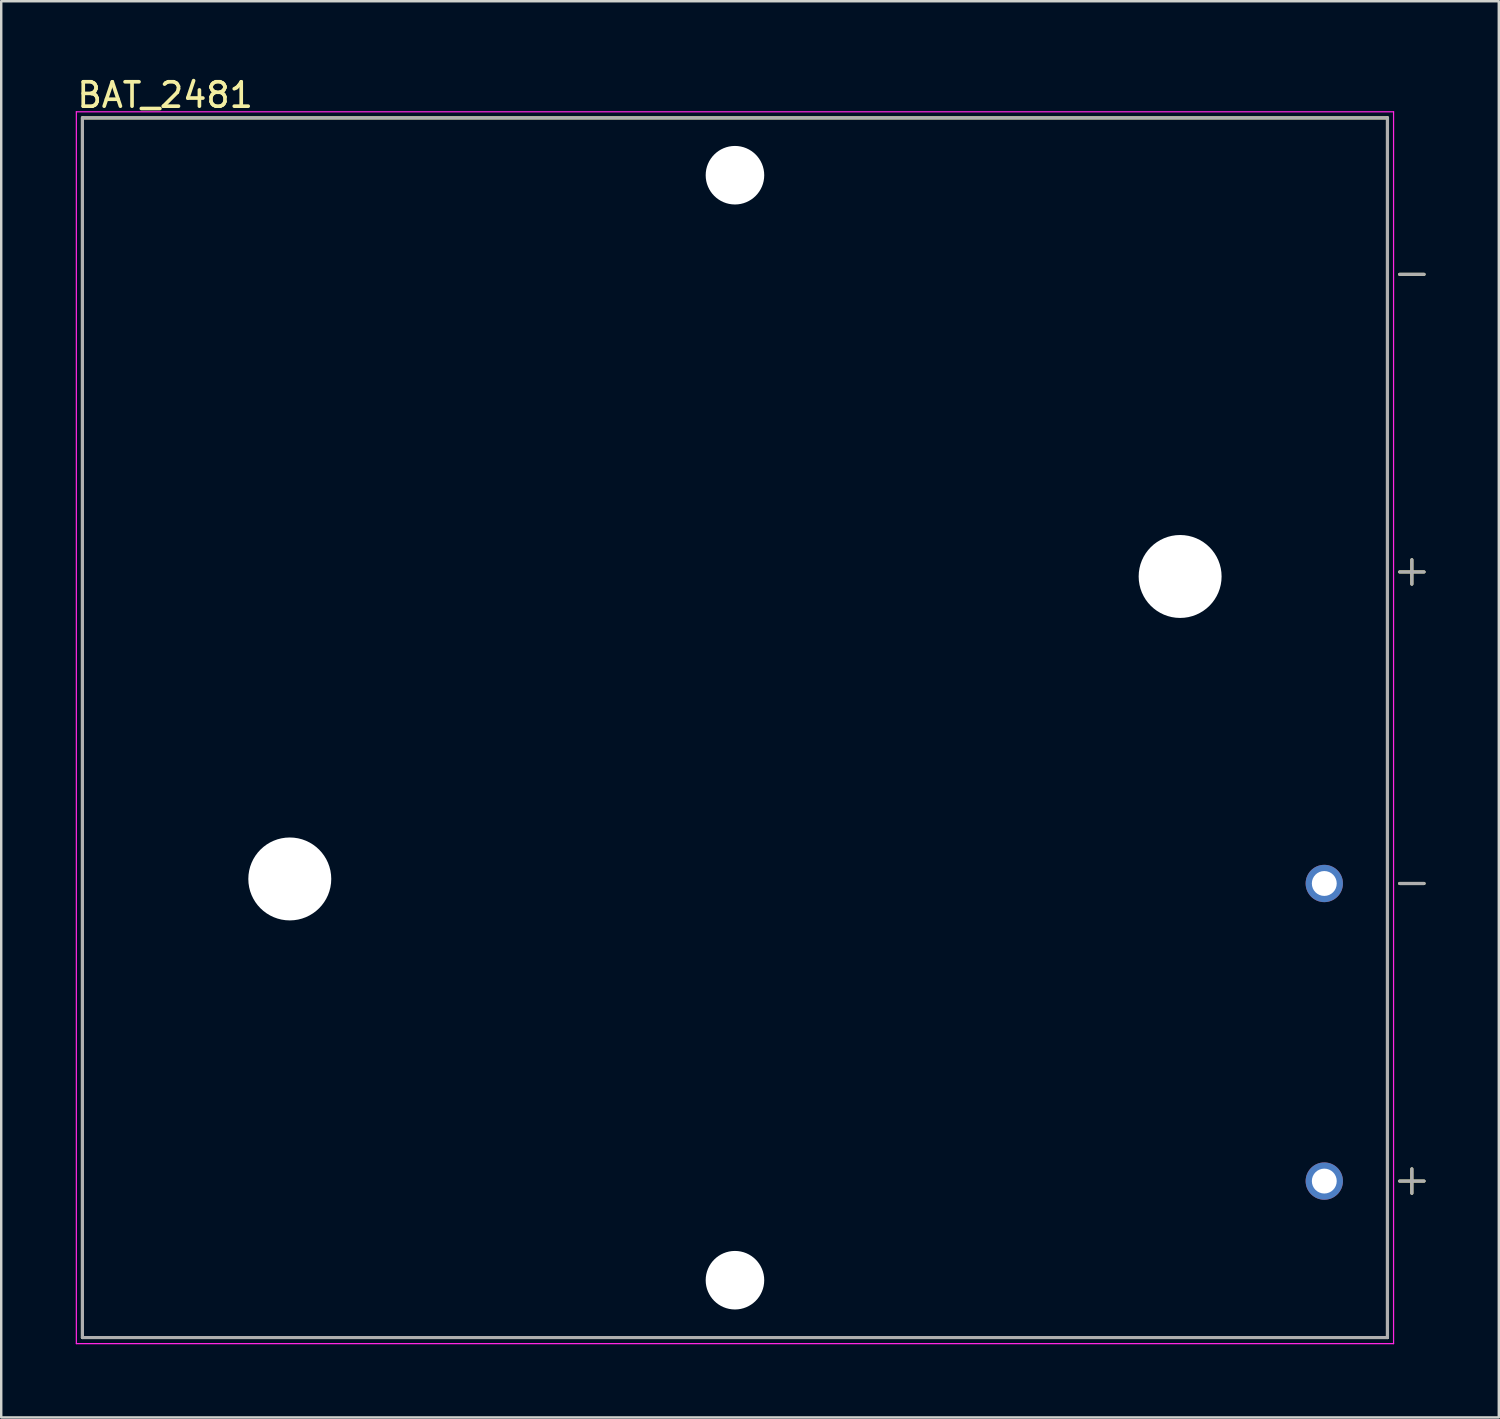
<source format=kicad_pcb>
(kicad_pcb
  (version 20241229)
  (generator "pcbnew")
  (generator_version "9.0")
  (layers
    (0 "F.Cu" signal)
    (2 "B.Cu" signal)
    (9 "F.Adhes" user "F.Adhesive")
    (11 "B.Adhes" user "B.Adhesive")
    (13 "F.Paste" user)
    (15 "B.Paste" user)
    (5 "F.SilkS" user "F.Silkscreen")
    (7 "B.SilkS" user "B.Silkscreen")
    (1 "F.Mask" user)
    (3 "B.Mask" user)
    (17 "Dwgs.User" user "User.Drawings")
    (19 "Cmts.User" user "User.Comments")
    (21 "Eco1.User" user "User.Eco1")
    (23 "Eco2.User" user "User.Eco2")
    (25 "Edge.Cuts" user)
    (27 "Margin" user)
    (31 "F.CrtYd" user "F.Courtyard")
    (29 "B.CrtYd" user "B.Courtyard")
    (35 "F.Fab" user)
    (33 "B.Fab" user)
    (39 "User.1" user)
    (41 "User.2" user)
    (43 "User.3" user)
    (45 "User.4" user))
  (footprint "BAT_2481"
    (layer "F.Cu")
    (at 27.08 26.783)
    (property "Reference" "BAT_2481" (at -23.36 -25.935 0) (layer "F.SilkS") (effects (font (size 1 1) (thickness 0.15))))
    (attr through_hole)
    (fp_line (start -26.75 -25) (end 26.75 -25) (stroke (width 0.127) (type solid)) (layer "F.SilkS"))
    (fp_line (start -26.75 25) (end -26.75 -25) (stroke (width 0.127) (type solid)) (layer "F.SilkS"))
    (fp_line (start 26.75 -25) (end 26.75 25) (stroke (width 0.127) (type solid)) (layer "F.SilkS"))
    (fp_line (start 26.75 25) (end -26.75 25) (stroke (width 0.127) (type solid)) (layer "F.SilkS"))
    (fp_line (start 27.25 -18.586) (end 28.25 -18.586) (stroke (width 0.127) (type solid)) (layer "F.SilkS"))
    (fp_line (start 27.25 -6.386) (end 28.25 -6.386) (stroke (width 0.127) (type solid)) (layer "F.SilkS"))
    (fp_line (start 27.25 6.386) (end 28.25 6.386) (stroke (width 0.127) (type solid)) (layer "F.SilkS"))
    (fp_line (start 27.25 18.586) (end 28.25 18.586) (stroke (width 0.127) (type solid)) (layer "F.SilkS"))
    (fp_line (start 27.75 -5.886) (end 27.75 -6.886) (stroke (width 0.127) (type solid)) (layer "F.SilkS"))
    (fp_line (start 27.75 18.086) (end 27.75 19.086) (stroke (width 0.127) (type solid)) (layer "F.SilkS"))
    (fp_line (start -27 -25.25) (end 27 -25.25) (stroke (width 0.05) (type solid)) (layer "F.CrtYd"))
    (fp_line (start -27 25.25) (end -27 -25.25) (stroke (width 0.05) (type solid)) (layer "F.CrtYd"))
    (fp_line (start 27 -25.25) (end 27 25.25) (stroke (width 0.05) (type solid)) (layer "F.CrtYd"))
    (fp_line (start 27 25.25) (end -27 25.25) (stroke (width 0.05) (type solid)) (layer "F.CrtYd"))
    (fp_line (start -26.75 -25) (end 26.75 -25) (stroke (width 0.127) (type solid)) (layer "F.Fab"))
    (fp_line (start -26.75 25) (end -26.75 -25) (stroke (width 0.127) (type solid)) (layer "F.Fab"))
    (fp_line (start 26.75 -25) (end 26.75 25) (stroke (width 0.127) (type solid)) (layer "F.Fab"))
    (fp_line (start 26.75 25) (end -26.75 25) (stroke (width 0.127) (type solid)) (layer "F.Fab"))
    (fp_line (start 27.25 -18.586) (end 28.25 -18.586) (stroke (width 0.127) (type solid)) (layer "F.Fab"))
    (fp_line (start 27.25 -6.386) (end 28.25 -6.386) (stroke (width 0.127) (type solid)) (layer "F.Fab"))
    (fp_line (start 27.25 6.386) (end 28.25 6.386) (stroke (width 0.127) (type solid)) (layer "F.Fab"))
    (fp_line (start 27.25 18.586) (end 28.25 18.586) (stroke (width 0.127) (type solid)) (layer "F.Fab"))
    (fp_line (start 27.75 -5.886) (end 27.75 -6.886) (stroke (width 0.127) (type solid)) (layer "F.Fab"))
    (fp_line (start 27.75 18.086) (end 27.75 19.086) (stroke (width 0.127) (type solid)) (layer "F.Fab"))
    (pad "" np_thru_hole circle (at -18.25 6.2) (size 3.4 3.4) (drill 3.4) (layers "*.Cu" "*.Mask"))
    (pad "" np_thru_hole circle (at 0 -22.65) (size 2.4 2.4) (drill 2.4) (layers "*.Cu" "*.Mask"))
    (pad "" np_thru_hole circle (at 0 22.65) (size 2.4 2.4) (drill 2.4) (layers "*.Cu" "*.Mask"))
    (pad "" np_thru_hole circle (at 18.25 -6.2) (size 3.4 3.4) (drill 3.4) (layers "*.Cu" "*.Mask"))
    (pad "N" thru_hole circle (at 24.16 6.386) (size 1.53 1.53) (drill 1.02) (layers "*.Cu" "*.Mask"))
    (pad "P" thru_hole circle (at 24.16 18.586) (size 1.53 1.53) (drill 1.02) (layers "*.Cu" "*.Mask")))
  (gr_rect
    (start -3 -3)
    (end 58.394 55.058)
    (stroke (width 0.1) (type default))
    (fill no)
    (layer "Edge.Cuts")))
</source>
